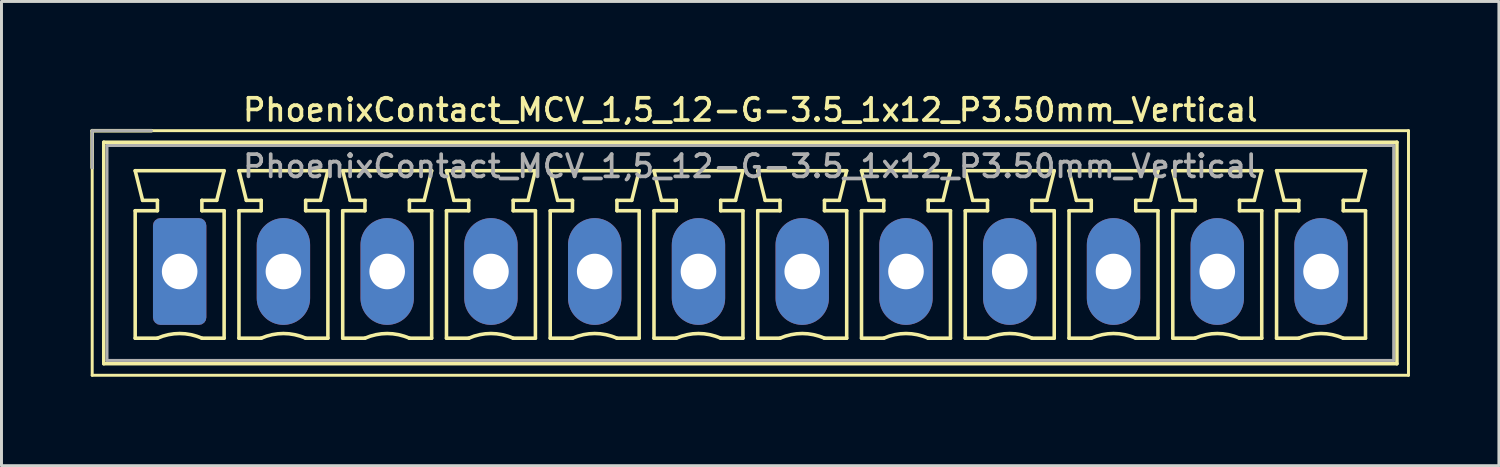
<source format=kicad_pcb>
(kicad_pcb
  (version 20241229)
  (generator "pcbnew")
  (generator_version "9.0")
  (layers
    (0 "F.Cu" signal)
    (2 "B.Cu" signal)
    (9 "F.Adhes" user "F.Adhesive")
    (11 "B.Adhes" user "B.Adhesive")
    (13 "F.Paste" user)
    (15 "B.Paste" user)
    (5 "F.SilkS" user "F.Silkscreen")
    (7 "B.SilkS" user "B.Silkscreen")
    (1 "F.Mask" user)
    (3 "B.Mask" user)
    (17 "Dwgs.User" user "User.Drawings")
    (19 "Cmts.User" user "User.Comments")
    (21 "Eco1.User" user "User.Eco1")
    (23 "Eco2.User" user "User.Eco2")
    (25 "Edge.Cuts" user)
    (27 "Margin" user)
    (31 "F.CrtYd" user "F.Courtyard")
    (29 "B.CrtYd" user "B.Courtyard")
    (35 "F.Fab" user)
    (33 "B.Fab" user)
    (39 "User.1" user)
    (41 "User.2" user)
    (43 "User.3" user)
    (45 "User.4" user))
  (footprint "PhoenixContact_MCV_1,5_12-G-3.5_1x12_P3.50mm_Vertical"
    (layer "F.Cu")
    (at 3.01 6.108)
    (property "Reference" "PhoenixContact_MCV_1,5_12-G-3.5_1x12_P3.50mm_Vertical" (at 19.25 -5.45 0) (layer "F.SilkS") (effects (font (size 0.75 0.75) (thickness 0.125))))
    (attr through_hole)
    (fp_line (start -2.95 -4.75) (end -2.95 3.5) (stroke (width 0.1) (type solid)) (layer "F.SilkS"))
    (fp_line (start -2.95 -4.75) (end -0.95 -4.75) (stroke (width 0.12) (type solid)) (layer "F.SilkS"))
    (fp_line (start -2.95 -3.5) (end -2.95 -4.75) (stroke (width 0.12) (type solid)) (layer "F.SilkS"))
    (fp_line (start -2.95 3.5) (end 41.45 3.5) (stroke (width 0.1) (type solid)) (layer "F.SilkS"))
    (fp_line (start -2.56 -4.36) (end -2.56 3.11) (stroke (width 0.12) (type solid)) (layer "F.SilkS"))
    (fp_line (start -2.56 3.11) (end 41.06 3.11) (stroke (width 0.12) (type solid)) (layer "F.SilkS"))
    (fp_line (start -1.5 -3.4) (end 1.5 -3.4) (stroke (width 0.12) (type solid)) (layer "F.SilkS"))
    (fp_line (start -1.5 -2.05) (end -0.75 -2.05) (stroke (width 0.12) (type solid)) (layer "F.SilkS"))
    (fp_line (start -1.5 2.25) (end -1.5 -2.05) (stroke (width 0.12) (type solid)) (layer "F.SilkS"))
    (fp_line (start -1.25 -2.4) (end -1.5 -3.4) (stroke (width 0.12) (type solid)) (layer "F.SilkS"))
    (fp_line (start -0.75 -2.4) (end -1.25 -2.4) (stroke (width 0.12) (type solid)) (layer "F.SilkS"))
    (fp_line (start -0.75 -2.05) (end -0.75 -2.4) (stroke (width 0.12) (type solid)) (layer "F.SilkS"))
    (fp_line (start -0.75 2.25) (end -1.5 2.25) (stroke (width 0.12) (type solid)) (layer "F.SilkS"))
    (fp_line (start 0.75 -2.4) (end 0.75 -2.05) (stroke (width 0.12) (type solid)) (layer "F.SilkS"))
    (fp_line (start 0.75 -2.05) (end 1.5 -2.05) (stroke (width 0.12) (type solid)) (layer "F.SilkS"))
    (fp_line (start 1.25 -2.4) (end 0.75 -2.4) (stroke (width 0.12) (type solid)) (layer "F.SilkS"))
    (fp_line (start 1.5 -3.4) (end 1.25 -2.4) (stroke (width 0.12) (type solid)) (layer "F.SilkS"))
    (fp_line (start 1.5 -2.05) (end 1.5 2.25) (stroke (width 0.12) (type solid)) (layer "F.SilkS"))
    (fp_line (start 1.5 2.25) (end 0.75 2.25) (stroke (width 0.12) (type solid)) (layer "F.SilkS"))
    (fp_line (start 2 -3.4) (end 5 -3.4) (stroke (width 0.12) (type solid)) (layer "F.SilkS"))
    (fp_line (start 2 -2.05) (end 2.75 -2.05) (stroke (width 0.12) (type solid)) (layer "F.SilkS"))
    (fp_line (start 2 2.25) (end 2 -2.05) (stroke (width 0.12) (type solid)) (layer "F.SilkS"))
    (fp_line (start 2.25 -2.4) (end 2 -3.4) (stroke (width 0.12) (type solid)) (layer "F.SilkS"))
    (fp_line (start 2.75 -2.4) (end 2.25 -2.4) (stroke (width 0.12) (type solid)) (layer "F.SilkS"))
    (fp_line (start 2.75 -2.05) (end 2.75 -2.4) (stroke (width 0.12) (type solid)) (layer "F.SilkS"))
    (fp_line (start 2.75 2.25) (end 2 2.25) (stroke (width 0.12) (type solid)) (layer "F.SilkS"))
    (fp_line (start 4.25 -2.4) (end 4.25 -2.05) (stroke (width 0.12) (type solid)) (layer "F.SilkS"))
    (fp_line (start 4.25 -2.05) (end 5 -2.05) (stroke (width 0.12) (type solid)) (layer "F.SilkS"))
    (fp_line (start 4.75 -2.4) (end 4.25 -2.4) (stroke (width 0.12) (type solid)) (layer "F.SilkS"))
    (fp_line (start 5 -3.4) (end 4.75 -2.4) (stroke (width 0.12) (type solid)) (layer "F.SilkS"))
    (fp_line (start 5 -2.05) (end 5 2.25) (stroke (width 0.12) (type solid)) (layer "F.SilkS"))
    (fp_line (start 5 2.25) (end 4.25 2.25) (stroke (width 0.12) (type solid)) (layer "F.SilkS"))
    (fp_line (start 5.5 -3.4) (end 8.5 -3.4) (stroke (width 0.12) (type solid)) (layer "F.SilkS"))
    (fp_line (start 5.5 -2.05) (end 6.25 -2.05) (stroke (width 0.12) (type solid)) (layer "F.SilkS"))
    (fp_line (start 5.5 2.25) (end 5.5 -2.05) (stroke (width 0.12) (type solid)) (layer "F.SilkS"))
    (fp_line (start 5.75 -2.4) (end 5.5 -3.4) (stroke (width 0.12) (type solid)) (layer "F.SilkS"))
    (fp_line (start 6.25 -2.4) (end 5.75 -2.4) (stroke (width 0.12) (type solid)) (layer "F.SilkS"))
    (fp_line (start 6.25 -2.05) (end 6.25 -2.4) (stroke (width 0.12) (type solid)) (layer "F.SilkS"))
    (fp_line (start 6.25 2.25) (end 5.5 2.25) (stroke (width 0.12) (type solid)) (layer "F.SilkS"))
    (fp_line (start 7.75 -2.4) (end 7.75 -2.05) (stroke (width 0.12) (type solid)) (layer "F.SilkS"))
    (fp_line (start 7.75 -2.05) (end 8.5 -2.05) (stroke (width 0.12) (type solid)) (layer "F.SilkS"))
    (fp_line (start 8.25 -2.4) (end 7.75 -2.4) (stroke (width 0.12) (type solid)) (layer "F.SilkS"))
    (fp_line (start 8.5 -3.4) (end 8.25 -2.4) (stroke (width 0.12) (type solid)) (layer "F.SilkS"))
    (fp_line (start 8.5 -2.05) (end 8.5 2.25) (stroke (width 0.12) (type solid)) (layer "F.SilkS"))
    (fp_line (start 8.5 2.25) (end 7.75 2.25) (stroke (width 0.12) (type solid)) (layer "F.SilkS"))
    (fp_line (start 9 -3.4) (end 12 -3.4) (stroke (width 0.12) (type solid)) (layer "F.SilkS"))
    (fp_line (start 9 -2.05) (end 9.75 -2.05) (stroke (width 0.12) (type solid)) (layer "F.SilkS"))
    (fp_line (start 9 2.25) (end 9 -2.05) (stroke (width 0.12) (type solid)) (layer "F.SilkS"))
    (fp_line (start 9.25 -2.4) (end 9 -3.4) (stroke (width 0.12) (type solid)) (layer "F.SilkS"))
    (fp_line (start 9.75 -2.4) (end 9.25 -2.4) (stroke (width 0.12) (type solid)) (layer "F.SilkS"))
    (fp_line (start 9.75 -2.05) (end 9.75 -2.4) (stroke (width 0.12) (type solid)) (layer "F.SilkS"))
    (fp_line (start 9.75 2.25) (end 9 2.25) (stroke (width 0.12) (type solid)) (layer "F.SilkS"))
    (fp_line (start 11.25 -2.4) (end 11.25 -2.05) (stroke (width 0.12) (type solid)) (layer "F.SilkS"))
    (fp_line (start 11.25 -2.05) (end 12 -2.05) (stroke (width 0.12) (type solid)) (layer "F.SilkS"))
    (fp_line (start 11.75 -2.4) (end 11.25 -2.4) (stroke (width 0.12) (type solid)) (layer "F.SilkS"))
    (fp_line (start 12 -3.4) (end 11.75 -2.4) (stroke (width 0.12) (type solid)) (layer "F.SilkS"))
    (fp_line (start 12 -2.05) (end 12 2.25) (stroke (width 0.12) (type solid)) (layer "F.SilkS"))
    (fp_line (start 12 2.25) (end 11.25 2.25) (stroke (width 0.12) (type solid)) (layer "F.SilkS"))
    (fp_line (start 12.5 -3.4) (end 15.5 -3.4) (stroke (width 0.12) (type solid)) (layer "F.SilkS"))
    (fp_line (start 12.5 -2.05) (end 13.25 -2.05) (stroke (width 0.12) (type solid)) (layer "F.SilkS"))
    (fp_line (start 12.5 2.25) (end 12.5 -2.05) (stroke (width 0.12) (type solid)) (layer "F.SilkS"))
    (fp_line (start 12.75 -2.4) (end 12.5 -3.4) (stroke (width 0.12) (type solid)) (layer "F.SilkS"))
    (fp_line (start 13.25 -2.4) (end 12.75 -2.4) (stroke (width 0.12) (type solid)) (layer "F.SilkS"))
    (fp_line (start 13.25 -2.05) (end 13.25 -2.4) (stroke (width 0.12) (type solid)) (layer "F.SilkS"))
    (fp_line (start 13.25 2.25) (end 12.5 2.25) (stroke (width 0.12) (type solid)) (layer "F.SilkS"))
    (fp_line (start 14.75 -2.4) (end 14.75 -2.05) (stroke (width 0.12) (type solid)) (layer "F.SilkS"))
    (fp_line (start 14.75 -2.05) (end 15.5 -2.05) (stroke (width 0.12) (type solid)) (layer "F.SilkS"))
    (fp_line (start 15.25 -2.4) (end 14.75 -2.4) (stroke (width 0.12) (type solid)) (layer "F.SilkS"))
    (fp_line (start 15.5 -3.4) (end 15.25 -2.4) (stroke (width 0.12) (type solid)) (layer "F.SilkS"))
    (fp_line (start 15.5 -2.05) (end 15.5 2.25) (stroke (width 0.12) (type solid)) (layer "F.SilkS"))
    (fp_line (start 15.5 2.25) (end 14.75 2.25) (stroke (width 0.12) (type solid)) (layer "F.SilkS"))
    (fp_line (start 16 -3.4) (end 19 -3.4) (stroke (width 0.12) (type solid)) (layer "F.SilkS"))
    (fp_line (start 16 -2.05) (end 16.75 -2.05) (stroke (width 0.12) (type solid)) (layer "F.SilkS"))
    (fp_line (start 16 2.25) (end 16 -2.05) (stroke (width 0.12) (type solid)) (layer "F.SilkS"))
    (fp_line (start 16.25 -2.4) (end 16 -3.4) (stroke (width 0.12) (type solid)) (layer "F.SilkS"))
    (fp_line (start 16.75 -2.4) (end 16.25 -2.4) (stroke (width 0.12) (type solid)) (layer "F.SilkS"))
    (fp_line (start 16.75 -2.05) (end 16.75 -2.4) (stroke (width 0.12) (type solid)) (layer "F.SilkS"))
    (fp_line (start 16.75 2.25) (end 16 2.25) (stroke (width 0.12) (type solid)) (layer "F.SilkS"))
    (fp_line (start 18.25 -2.4) (end 18.25 -2.05) (stroke (width 0.12) (type solid)) (layer "F.SilkS"))
    (fp_line (start 18.25 -2.05) (end 19 -2.05) (stroke (width 0.12) (type solid)) (layer "F.SilkS"))
    (fp_line (start 18.75 -2.4) (end 18.25 -2.4) (stroke (width 0.12) (type solid)) (layer "F.SilkS"))
    (fp_line (start 19 -3.4) (end 18.75 -2.4) (stroke (width 0.12) (type solid)) (layer "F.SilkS"))
    (fp_line (start 19 -2.05) (end 19 2.25) (stroke (width 0.12) (type solid)) (layer "F.SilkS"))
    (fp_line (start 19 2.25) (end 18.25 2.25) (stroke (width 0.12) (type solid)) (layer "F.SilkS"))
    (fp_line (start 19.5 -3.4) (end 22.5 -3.4) (stroke (width 0.12) (type solid)) (layer "F.SilkS"))
    (fp_line (start 19.5 -2.05) (end 20.25 -2.05) (stroke (width 0.12) (type solid)) (layer "F.SilkS"))
    (fp_line (start 19.5 2.25) (end 19.5 -2.05) (stroke (width 0.12) (type solid)) (layer "F.SilkS"))
    (fp_line (start 19.75 -2.4) (end 19.5 -3.4) (stroke (width 0.12) (type solid)) (layer "F.SilkS"))
    (fp_line (start 20.25 -2.4) (end 19.75 -2.4) (stroke (width 0.12) (type solid)) (layer "F.SilkS"))
    (fp_line (start 20.25 -2.05) (end 20.25 -2.4) (stroke (width 0.12) (type solid)) (layer "F.SilkS"))
    (fp_line (start 20.25 2.25) (end 19.5 2.25) (stroke (width 0.12) (type solid)) (layer "F.SilkS"))
    (fp_line (start 21.75 -2.4) (end 21.75 -2.05) (stroke (width 0.12) (type solid)) (layer "F.SilkS"))
    (fp_line (start 21.75 -2.05) (end 22.5 -2.05) (stroke (width 0.12) (type solid)) (layer "F.SilkS"))
    (fp_line (start 22.25 -2.4) (end 21.75 -2.4) (stroke (width 0.12) (type solid)) (layer "F.SilkS"))
    (fp_line (start 22.5 -3.4) (end 22.25 -2.4) (stroke (width 0.12) (type solid)) (layer "F.SilkS"))
    (fp_line (start 22.5 -2.05) (end 22.5 2.25) (stroke (width 0.12) (type solid)) (layer "F.SilkS"))
    (fp_line (start 22.5 2.25) (end 21.75 2.25) (stroke (width 0.12) (type solid)) (layer "F.SilkS"))
    (fp_line (start 23 -3.4) (end 26 -3.4) (stroke (width 0.12) (type solid)) (layer "F.SilkS"))
    (fp_line (start 23 -2.05) (end 23.75 -2.05) (stroke (width 0.12) (type solid)) (layer "F.SilkS"))
    (fp_line (start 23 2.25) (end 23 -2.05) (stroke (width 0.12) (type solid)) (layer "F.SilkS"))
    (fp_line (start 23.25 -2.4) (end 23 -3.4) (stroke (width 0.12) (type solid)) (layer "F.SilkS"))
    (fp_line (start 23.75 -2.4) (end 23.25 -2.4) (stroke (width 0.12) (type solid)) (layer "F.SilkS"))
    (fp_line (start 23.75 -2.05) (end 23.75 -2.4) (stroke (width 0.12) (type solid)) (layer "F.SilkS"))
    (fp_line (start 23.75 2.25) (end 23 2.25) (stroke (width 0.12) (type solid)) (layer "F.SilkS"))
    (fp_line (start 25.25 -2.4) (end 25.25 -2.05) (stroke (width 0.12) (type solid)) (layer "F.SilkS"))
    (fp_line (start 25.25 -2.05) (end 26 -2.05) (stroke (width 0.12) (type solid)) (layer "F.SilkS"))
    (fp_line (start 25.75 -2.4) (end 25.25 -2.4) (stroke (width 0.12) (type solid)) (layer "F.SilkS"))
    (fp_line (start 26 -3.4) (end 25.75 -2.4) (stroke (width 0.12) (type solid)) (layer "F.SilkS"))
    (fp_line (start 26 -2.05) (end 26 2.25) (stroke (width 0.12) (type solid)) (layer "F.SilkS"))
    (fp_line (start 26 2.25) (end 25.25 2.25) (stroke (width 0.12) (type solid)) (layer "F.SilkS"))
    (fp_line (start 26.5 -3.4) (end 29.5 -3.4) (stroke (width 0.12) (type solid)) (layer "F.SilkS"))
    (fp_line (start 26.5 -2.05) (end 27.25 -2.05) (stroke (width 0.12) (type solid)) (layer "F.SilkS"))
    (fp_line (start 26.5 2.25) (end 26.5 -2.05) (stroke (width 0.12) (type solid)) (layer "F.SilkS"))
    (fp_line (start 26.75 -2.4) (end 26.5 -3.4) (stroke (width 0.12) (type solid)) (layer "F.SilkS"))
    (fp_line (start 27.25 -2.4) (end 26.75 -2.4) (stroke (width 0.12) (type solid)) (layer "F.SilkS"))
    (fp_line (start 27.25 -2.05) (end 27.25 -2.4) (stroke (width 0.12) (type solid)) (layer "F.SilkS"))
    (fp_line (start 27.25 2.25) (end 26.5 2.25) (stroke (width 0.12) (type solid)) (layer "F.SilkS"))
    (fp_line (start 28.75 -2.4) (end 28.75 -2.05) (stroke (width 0.12) (type solid)) (layer "F.SilkS"))
    (fp_line (start 28.75 -2.05) (end 29.5 -2.05) (stroke (width 0.12) (type solid)) (layer "F.SilkS"))
    (fp_line (start 29.25 -2.4) (end 28.75 -2.4) (stroke (width 0.12) (type solid)) (layer "F.SilkS"))
    (fp_line (start 29.5 -3.4) (end 29.25 -2.4) (stroke (width 0.12) (type solid)) (layer "F.SilkS"))
    (fp_line (start 29.5 -2.05) (end 29.5 2.25) (stroke (width 0.12) (type solid)) (layer "F.SilkS"))
    (fp_line (start 29.5 2.25) (end 28.75 2.25) (stroke (width 0.12) (type solid)) (layer "F.SilkS"))
    (fp_line (start 30 -3.4) (end 33 -3.4) (stroke (width 0.12) (type solid)) (layer "F.SilkS"))
    (fp_line (start 30 -2.05) (end 30.75 -2.05) (stroke (width 0.12) (type solid)) (layer "F.SilkS"))
    (fp_line (start 30 2.25) (end 30 -2.05) (stroke (width 0.12) (type solid)) (layer "F.SilkS"))
    (fp_line (start 30.25 -2.4) (end 30 -3.4) (stroke (width 0.12) (type solid)) (layer "F.SilkS"))
    (fp_line (start 30.75 -2.4) (end 30.25 -2.4) (stroke (width 0.12) (type solid)) (layer "F.SilkS"))
    (fp_line (start 30.75 -2.05) (end 30.75 -2.4) (stroke (width 0.12) (type solid)) (layer "F.SilkS"))
    (fp_line (start 30.75 2.25) (end 30 2.25) (stroke (width 0.12) (type solid)) (layer "F.SilkS"))
    (fp_line (start 32.25 -2.4) (end 32.25 -2.05) (stroke (width 0.12) (type solid)) (layer "F.SilkS"))
    (fp_line (start 32.25 -2.05) (end 33 -2.05) (stroke (width 0.12) (type solid)) (layer "F.SilkS"))
    (fp_line (start 32.75 -2.4) (end 32.25 -2.4) (stroke (width 0.12) (type solid)) (layer "F.SilkS"))
    (fp_line (start 33 -3.4) (end 32.75 -2.4) (stroke (width 0.12) (type solid)) (layer "F.SilkS"))
    (fp_line (start 33 -2.05) (end 33 2.25) (stroke (width 0.12) (type solid)) (layer "F.SilkS"))
    (fp_line (start 33 2.25) (end 32.25 2.25) (stroke (width 0.12) (type solid)) (layer "F.SilkS"))
    (fp_line (start 33.5 -3.4) (end 36.5 -3.4) (stroke (width 0.12) (type solid)) (layer "F.SilkS"))
    (fp_line (start 33.5 -2.05) (end 34.25 -2.05) (stroke (width 0.12) (type solid)) (layer "F.SilkS"))
    (fp_line (start 33.5 2.25) (end 33.5 -2.05) (stroke (width 0.12) (type solid)) (layer "F.SilkS"))
    (fp_line (start 33.75 -2.4) (end 33.5 -3.4) (stroke (width 0.12) (type solid)) (layer "F.SilkS"))
    (fp_line (start 34.25 -2.4) (end 33.75 -2.4) (stroke (width 0.12) (type solid)) (layer "F.SilkS"))
    (fp_line (start 34.25 -2.05) (end 34.25 -2.4) (stroke (width 0.12) (type solid)) (layer "F.SilkS"))
    (fp_line (start 34.25 2.25) (end 33.5 2.25) (stroke (width 0.12) (type solid)) (layer "F.SilkS"))
    (fp_line (start 35.75 -2.4) (end 35.75 -2.05) (stroke (width 0.12) (type solid)) (layer "F.SilkS"))
    (fp_line (start 35.75 -2.05) (end 36.5 -2.05) (stroke (width 0.12) (type solid)) (layer "F.SilkS"))
    (fp_line (start 36.25 -2.4) (end 35.75 -2.4) (stroke (width 0.12) (type solid)) (layer "F.SilkS"))
    (fp_line (start 36.5 -3.4) (end 36.25 -2.4) (stroke (width 0.12) (type solid)) (layer "F.SilkS"))
    (fp_line (start 36.5 -2.05) (end 36.5 2.25) (stroke (width 0.12) (type solid)) (layer "F.SilkS"))
    (fp_line (start 36.5 2.25) (end 35.75 2.25) (stroke (width 0.12) (type solid)) (layer "F.SilkS"))
    (fp_line (start 37 -3.4) (end 40 -3.4) (stroke (width 0.12) (type solid)) (layer "F.SilkS"))
    (fp_line (start 37 -2.05) (end 37.75 -2.05) (stroke (width 0.12) (type solid)) (layer "F.SilkS"))
    (fp_line (start 37 2.25) (end 37 -2.05) (stroke (width 0.12) (type solid)) (layer "F.SilkS"))
    (fp_line (start 37.25 -2.4) (end 37 -3.4) (stroke (width 0.12) (type solid)) (layer "F.SilkS"))
    (fp_line (start 37.75 -2.4) (end 37.25 -2.4) (stroke (width 0.12) (type solid)) (layer "F.SilkS"))
    (fp_line (start 37.75 -2.05) (end 37.75 -2.4) (stroke (width 0.12) (type solid)) (layer "F.SilkS"))
    (fp_line (start 37.75 2.25) (end 37 2.25) (stroke (width 0.12) (type solid)) (layer "F.SilkS"))
    (fp_line (start 39.25 -2.4) (end 39.25 -2.05) (stroke (width 0.12) (type solid)) (layer "F.SilkS"))
    (fp_line (start 39.25 -2.05) (end 40 -2.05) (stroke (width 0.12) (type solid)) (layer "F.SilkS"))
    (fp_line (start 39.75 -2.4) (end 39.25 -2.4) (stroke (width 0.12) (type solid)) (layer "F.SilkS"))
    (fp_line (start 40 -3.4) (end 39.75 -2.4) (stroke (width 0.12) (type solid)) (layer "F.SilkS"))
    (fp_line (start 40 -2.05) (end 40 2.25) (stroke (width 0.12) (type solid)) (layer "F.SilkS"))
    (fp_line (start 40 2.25) (end 39.25 2.25) (stroke (width 0.12) (type solid)) (layer "F.SilkS"))
    (fp_line (start 41.06 -4.36) (end -2.56 -4.36) (stroke (width 0.12) (type solid)) (layer "F.SilkS"))
    (fp_line (start 41.06 3.11) (end 41.06 -4.36) (stroke (width 0.12) (type solid)) (layer "F.SilkS"))
    (fp_line (start 41.45 -4.75) (end -2.95 -4.75) (stroke (width 0.1) (type solid)) (layer "F.SilkS"))
    (fp_line (start 41.45 3.5) (end 41.45 -4.75) (stroke (width 0.1) (type solid)) (layer "F.SilkS"))
    (fp_arc (start -0.75 2.25) (mid -0.000193 2.09191) (end 0.749647 2.249844) (stroke (width 0.12) (type solid)) (layer "F.SilkS"))
    (fp_arc (start 2.75 2.25) (mid 3.499807 2.09191) (end 4.249647 2.249844) (stroke (width 0.12) (type solid)) (layer "F.SilkS"))
    (fp_arc (start 6.25 2.25) (mid 6.999807 2.09191) (end 7.749647 2.249844) (stroke (width 0.12) (type solid)) (layer "F.SilkS"))
    (fp_arc (start 9.75 2.25) (mid 10.499807 2.09191) (end 11.249647 2.249844) (stroke (width 0.12) (type solid)) (layer "F.SilkS"))
    (fp_arc (start 13.25 2.25) (mid 13.999807 2.09191) (end 14.749647 2.249844) (stroke (width 0.12) (type solid)) (layer "F.SilkS"))
    (fp_arc (start 16.75 2.25) (mid 17.499807 2.09191) (end 18.249647 2.249844) (stroke (width 0.12) (type solid)) (layer "F.SilkS"))
    (fp_arc (start 20.25 2.25) (mid 20.999807 2.09191) (end 21.749647 2.249844) (stroke (width 0.12) (type solid)) (layer "F.SilkS"))
    (fp_arc (start 23.75 2.25) (mid 24.499807 2.09191) (end 25.249647 2.249844) (stroke (width 0.12) (type solid)) (layer "F.SilkS"))
    (fp_arc (start 27.25 2.25) (mid 27.999807 2.09191) (end 28.749647 2.249844) (stroke (width 0.12) (type solid)) (layer "F.SilkS"))
    (fp_arc (start 30.75 2.25) (mid 31.499807 2.09191) (end 32.249647 2.249844) (stroke (width 0.12) (type solid)) (layer "F.SilkS"))
    (fp_arc (start 34.25 2.25) (mid 34.999807 2.09191) (end 35.749647 2.249844) (stroke (width 0.12) (type solid)) (layer "F.SilkS"))
    (fp_arc (start 37.75 2.25) (mid 38.499807 2.09191) (end 39.249647 2.249844) (stroke (width 0.12) (type solid)) (layer "F.SilkS"))
    (fp_line (start -2.95 -4.75) (end -0.95 -4.75) (stroke (width 0.1) (type solid)) (layer "F.Fab"))
    (fp_line (start -2.95 -3.5) (end -2.95 -4.75) (stroke (width 0.1) (type solid)) (layer "F.Fab"))
    (fp_line (start -2.45 -4.25) (end -2.45 3) (stroke (width 0.1) (type solid)) (layer "F.Fab"))
    (fp_line (start -2.45 3) (end 40.95 3) (stroke (width 0.1) (type solid)) (layer "F.Fab"))
    (fp_line (start 40.95 -4.25) (end -2.45 -4.25) (stroke (width 0.1) (type solid)) (layer "F.Fab"))
    (fp_line (start 40.95 3) (end 40.95 -4.25) (stroke (width 0.1) (type solid)) (layer "F.Fab"))
    (fp_text user "${REFERENCE}" (at 19.25 -3.55 0) (layer "F.Fab") (effects (font (size 0.75 0.75) (thickness 0.125))))
    (pad "1" thru_hole roundrect (at 0 0) (size 1.8 3.6) (drill 1.2) (layers "*.Cu" "*.Mask") (roundrect_rratio 0.139))
    (pad "2" thru_hole oval (at 3.5 0) (size 1.8 3.6) (drill 1.2) (layers "*.Cu" "*.Mask"))
    (pad "3" thru_hole oval (at 7 0) (size 1.8 3.6) (drill 1.2) (layers "*.Cu" "*.Mask"))
    (pad "4" thru_hole oval (at 10.5 0) (size 1.8 3.6) (drill 1.2) (layers "*.Cu" "*.Mask"))
    (pad "5" thru_hole oval (at 14 0) (size 1.8 3.6) (drill 1.2) (layers "*.Cu" "*.Mask"))
    (pad "6" thru_hole oval (at 17.5 0) (size 1.8 3.6) (drill 1.2) (layers "*.Cu" "*.Mask"))
    (pad "7" thru_hole oval (at 21 0) (size 1.8 3.6) (drill 1.2) (layers "*.Cu" "*.Mask"))
    (pad "8" thru_hole oval (at 24.5 0) (size 1.8 3.6) (drill 1.2) (layers "*.Cu" "*.Mask"))
    (pad "9" thru_hole oval (at 28 0) (size 1.8 3.6) (drill 1.2) (layers "*.Cu" "*.Mask"))
    (pad "10" thru_hole oval (at 31.5 0) (size 1.8 3.6) (drill 1.2) (layers "*.Cu" "*.Mask"))
    (pad "11" thru_hole oval (at 35 0) (size 1.8 3.6) (drill 1.2) (layers "*.Cu" "*.Mask"))
    (pad "12" thru_hole oval (at 38.5 0) (size 1.8 3.6) (drill 1.2) (layers "*.Cu" "*.Mask")))
  (gr_rect
    (start -3 -3)
    (end 47.51 12.658)
    (stroke (width 0.1) (type default))
    (fill no)
    (layer "Edge.Cuts")))
</source>
